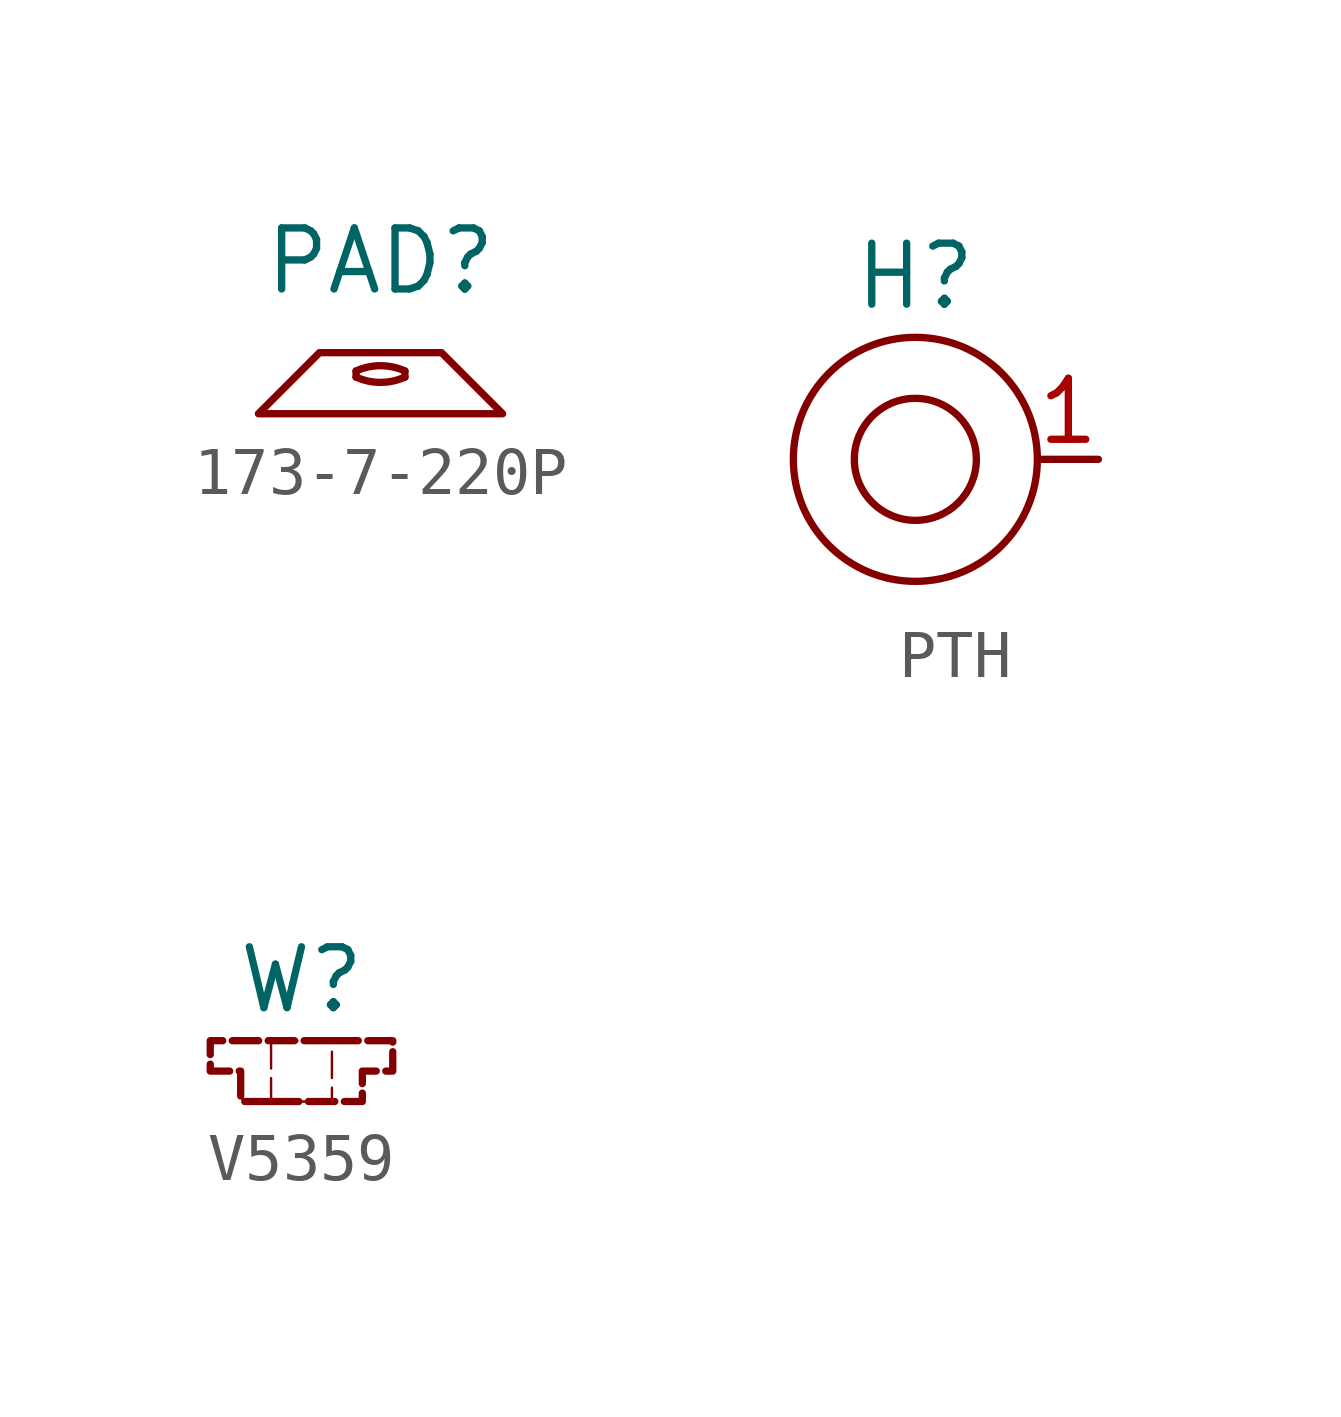
<source format=kicad_sym>
(kicad_symbol_lib
  (version 20220914)
  (generator kicad_symbol_editor)
  (symbol "173-7-220P"
    (property "Reference" "PAD"
      (at 0 2.54 0)
      (effects (font (size 1.27 1.27))))
    (symbol "173-7-220P_0_1"
      (arc (start -0.508 0.127) (mid 0 0.0168) (end 0.508 0.127) (stroke (width 0) (type default)) (fill (type none)))
      (polyline (pts (xy -0.508 0.127) (xy -0.508 0.254)) (stroke (width 0) (type default)) (fill (type none)))
      (polyline (pts (xy 0.508 0.127) (xy 0.508 0.254)) (stroke (width 0) (type default)) (fill (type none)))
      (polyline (pts (xy -1.27 0.635) (xy -2.54 -0.635) (xy 2.54 -0.635) (xy 1.27 0.635) (xy -1.27 0.635)) (stroke (width 0) (type default)) (fill (type none)))
      (arc (start 0.508 0.254) (mid 0 0.364) (end -0.508 0.254) (stroke (width 0) (type default)) (fill (type none)))))
  (symbol "PTH"
    (property "Reference" "H"
      (at 0 3.81 0)
      (effects (font (size 1.27 1.27))))
    (property "Value" ""
      (at 0 0 0)
      (effects (font (size 1.27 1.27))))
    (symbol "PTH_0_1"
      (circle (center 0 0) (radius 1.27) (stroke (width 0) (type default)) (fill (type none)))
      (circle (center 0 0) (radius 2.54) (stroke (width 0) (type default)) (fill (type none))))
    (symbol "PTH_1_1"
      (pin input line (at 3.81 0 180) (length 1.25) (name "" (effects (font (size 1.27 1.27)))) (number "1" (effects (font (size 1.27 1.27)))))))
  (symbol "V5359"
    (property "Reference" "W"
      (at 0 1.905 0)
      (effects (font (size 1.27 1.27))))
    (symbol "V5359_1_1"
      (rectangle (start -0.635 0.635) (end 0.635 -0.635) (stroke (width 0.05) (type dash)) (fill (type none)))
      (polyline (pts (xy -0.635 -0.635) (xy -1.27 -0.635) (xy -1.27 0) (xy -1.905 0) (xy -1.905 0.635) (xy 0.635 0.635)) (stroke (width 0) (type default)) (fill (type none)))
      (polyline (pts (xy 0.635 0.635) (xy 1.905 0.635) (xy 1.905 0) (xy 1.27 0) (xy 1.27 -0.635) (xy -0.635 -0.635)) (stroke (width 0) (type default)) (fill (type none))))))
</source>
